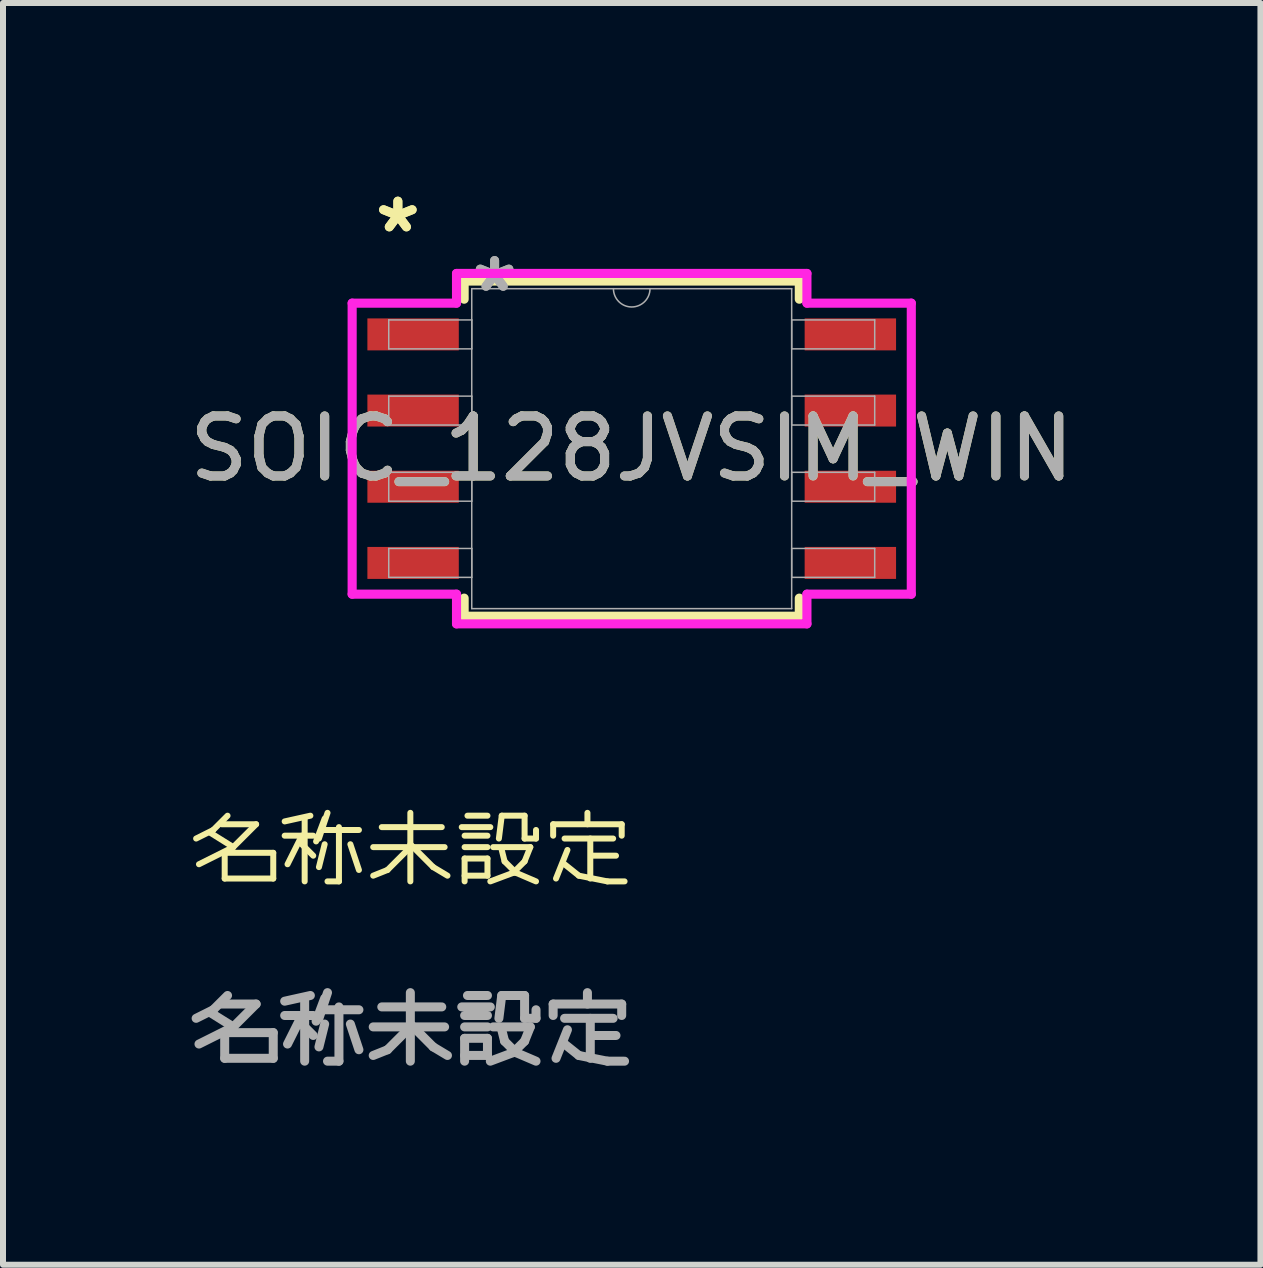
<source format=kicad_pcb>
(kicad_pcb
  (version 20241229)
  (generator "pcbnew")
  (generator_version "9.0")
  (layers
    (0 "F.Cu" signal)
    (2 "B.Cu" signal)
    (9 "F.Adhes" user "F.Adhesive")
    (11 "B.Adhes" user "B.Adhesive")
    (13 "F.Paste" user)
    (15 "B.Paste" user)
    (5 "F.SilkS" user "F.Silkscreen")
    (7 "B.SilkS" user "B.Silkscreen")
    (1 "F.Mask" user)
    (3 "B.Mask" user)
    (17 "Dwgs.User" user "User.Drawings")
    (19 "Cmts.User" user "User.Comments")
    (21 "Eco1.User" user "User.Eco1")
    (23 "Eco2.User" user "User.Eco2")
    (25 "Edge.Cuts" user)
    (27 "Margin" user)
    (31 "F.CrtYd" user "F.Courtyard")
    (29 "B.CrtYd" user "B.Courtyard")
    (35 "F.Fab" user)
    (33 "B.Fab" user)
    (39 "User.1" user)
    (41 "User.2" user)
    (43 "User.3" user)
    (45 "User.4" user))
  (footprint "SOIC_128JVSIM_WIN"
    (layer "F.Cu")
    (at 7.482 4.43)
    (property "Reference" "SOIC_128JVSIM_WIN" (at 0 0 0) (unlocked yes) (layer "F.SilkS") (effects (font (size 1 1) (thickness 0.15))))
    (attr smd)
    (fp_line (start -2.794 -2.794) (end -2.794 -2.492) (stroke (width 0.152) (type solid)) (layer "F.SilkS"))
    (fp_line (start -2.794 2.492) (end -2.794 2.794) (stroke (width 0.152) (type solid)) (layer "F.SilkS"))
    (fp_line (start -2.794 2.794) (end 2.794 2.794) (stroke (width 0.152) (type solid)) (layer "F.SilkS"))
    (fp_line (start 2.794 -2.794) (end -2.794 -2.794) (stroke (width 0.152) (type solid)) (layer "F.SilkS"))
    (fp_line (start 2.794 -2.492) (end 2.794 -2.794) (stroke (width 0.152) (type solid)) (layer "F.SilkS"))
    (fp_line (start 2.794 2.794) (end 2.794 2.492) (stroke (width 0.152) (type solid)) (layer "F.SilkS"))
    (fp_line (start -4.661 -2.426) (end -2.921 -2.426) (stroke (width 0.152) (type solid)) (layer "F.CrtYd"))
    (fp_line (start -4.661 2.426) (end -4.661 -2.426) (stroke (width 0.152) (type solid)) (layer "F.CrtYd"))
    (fp_line (start -4.661 2.426) (end -2.921 2.426) (stroke (width 0.152) (type solid)) (layer "F.CrtYd"))
    (fp_line (start -2.921 -2.921) (end 2.921 -2.921) (stroke (width 0.152) (type solid)) (layer "F.CrtYd"))
    (fp_line (start -2.921 -2.426) (end -2.921 -2.921) (stroke (width 0.152) (type solid)) (layer "F.CrtYd"))
    (fp_line (start -2.921 2.921) (end -2.921 2.426) (stroke (width 0.152) (type solid)) (layer "F.CrtYd"))
    (fp_line (start 2.921 -2.921) (end 2.921 -2.426) (stroke (width 0.152) (type solid)) (layer "F.CrtYd"))
    (fp_line (start 2.921 2.426) (end 2.921 2.921) (stroke (width 0.152) (type solid)) (layer "F.CrtYd"))
    (fp_line (start 2.921 2.921) (end -2.921 2.921) (stroke (width 0.152) (type solid)) (layer "F.CrtYd"))
    (fp_line (start 4.661 -2.426) (end 2.921 -2.426) (stroke (width 0.152) (type solid)) (layer "F.CrtYd"))
    (fp_line (start 4.661 -2.426) (end 4.661 2.426) (stroke (width 0.152) (type solid)) (layer "F.CrtYd"))
    (fp_line (start 4.661 2.426) (end 2.921 2.426) (stroke (width 0.152) (type solid)) (layer "F.CrtYd"))
    (fp_line (start -4.051 -2.146) (end -4.051 -1.664) (stroke (width 0.025) (type solid)) (layer "F.Fab"))
    (fp_line (start -4.051 -1.664) (end -2.667 -1.664) (stroke (width 0.025) (type solid)) (layer "F.Fab"))
    (fp_line (start -4.051 -0.876) (end -4.051 -0.394) (stroke (width 0.025) (type solid)) (layer "F.Fab"))
    (fp_line (start -4.051 -0.394) (end -2.667 -0.394) (stroke (width 0.025) (type solid)) (layer "F.Fab"))
    (fp_line (start -4.051 0.394) (end -4.051 0.876) (stroke (width 0.025) (type solid)) (layer "F.Fab"))
    (fp_line (start -4.051 0.876) (end -2.667 0.876) (stroke (width 0.025) (type solid)) (layer "F.Fab"))
    (fp_line (start -4.051 1.664) (end -4.051 2.146) (stroke (width 0.025) (type solid)) (layer "F.Fab"))
    (fp_line (start -4.051 2.146) (end -2.667 2.146) (stroke (width 0.025) (type solid)) (layer "F.Fab"))
    (fp_line (start -2.667 -2.667) (end -2.667 2.667) (stroke (width 0.025) (type solid)) (layer "F.Fab"))
    (fp_line (start -2.667 -2.146) (end -4.051 -2.146) (stroke (width 0.025) (type solid)) (layer "F.Fab"))
    (fp_line (start -2.667 -1.664) (end -2.667 -2.146) (stroke (width 0.025) (type solid)) (layer "F.Fab"))
    (fp_line (start -2.667 -0.876) (end -4.051 -0.876) (stroke (width 0.025) (type solid)) (layer "F.Fab"))
    (fp_line (start -2.667 -0.394) (end -2.667 -0.876) (stroke (width 0.025) (type solid)) (layer "F.Fab"))
    (fp_line (start -2.667 0.394) (end -4.051 0.394) (stroke (width 0.025) (type solid)) (layer "F.Fab"))
    (fp_line (start -2.667 0.876) (end -2.667 0.394) (stroke (width 0.025) (type solid)) (layer "F.Fab"))
    (fp_line (start -2.667 1.664) (end -4.051 1.664) (stroke (width 0.025) (type solid)) (layer "F.Fab"))
    (fp_line (start -2.667 2.146) (end -2.667 1.664) (stroke (width 0.025) (type solid)) (layer "F.Fab"))
    (fp_line (start -2.667 2.667) (end 2.667 2.667) (stroke (width 0.025) (type solid)) (layer "F.Fab"))
    (fp_line (start 2.667 -2.667) (end -2.667 -2.667) (stroke (width 0.025) (type solid)) (layer "F.Fab"))
    (fp_line (start 2.667 -2.146) (end 2.667 -1.664) (stroke (width 0.025) (type solid)) (layer "F.Fab"))
    (fp_line (start 2.667 -1.664) (end 4.051 -1.664) (stroke (width 0.025) (type solid)) (layer "F.Fab"))
    (fp_line (start 2.667 -0.876) (end 2.667 -0.394) (stroke (width 0.025) (type solid)) (layer "F.Fab"))
    (fp_line (start 2.667 -0.394) (end 4.051 -0.394) (stroke (width 0.025) (type solid)) (layer "F.Fab"))
    (fp_line (start 2.667 0.394) (end 2.667 0.876) (stroke (width 0.025) (type solid)) (layer "F.Fab"))
    (fp_line (start 2.667 0.876) (end 4.051 0.876) (stroke (width 0.025) (type solid)) (layer "F.Fab"))
    (fp_line (start 2.667 1.664) (end 2.667 2.146) (stroke (width 0.025) (type solid)) (layer "F.Fab"))
    (fp_line (start 2.667 2.146) (end 4.051 2.146) (stroke (width 0.025) (type solid)) (layer "F.Fab"))
    (fp_line (start 2.667 2.667) (end 2.667 -2.667) (stroke (width 0.025) (type solid)) (layer "F.Fab"))
    (fp_line (start 4.051 -2.146) (end 2.667 -2.146) (stroke (width 0.025) (type solid)) (layer "F.Fab"))
    (fp_line (start 4.051 -1.664) (end 4.051 -2.146) (stroke (width 0.025) (type solid)) (layer "F.Fab"))
    (fp_line (start 4.051 -0.876) (end 2.667 -0.876) (stroke (width 0.025) (type solid)) (layer "F.Fab"))
    (fp_line (start 4.051 -0.394) (end 4.051 -0.876) (stroke (width 0.025) (type solid)) (layer "F.Fab"))
    (fp_line (start 4.051 0.394) (end 2.667 0.394) (stroke (width 0.025) (type solid)) (layer "F.Fab"))
    (fp_line (start 4.051 0.876) (end 4.051 0.394) (stroke (width 0.025) (type solid)) (layer "F.Fab"))
    (fp_line (start 4.051 1.664) (end 2.667 1.664) (stroke (width 0.025) (type solid)) (layer "F.Fab"))
    (fp_line (start 4.051 2.146) (end 4.051 1.664) (stroke (width 0.025) (type solid)) (layer "F.Fab"))
    (fp_arc (start 0.3048 -2.667) (mid 0 -2.3622) (end -0.3048 -2.667) (stroke (width 0.0254) (type solid)) (layer "F.Fab"))
    (fp_text user "*" (at -3.899 -3.581 0) (layer "F.SilkS") (effects (font (size 1 1) (thickness 0.15))))
    (fp_text user "*" (at -3.899 -3.581 0) (unlocked yes) (layer "F.SilkS") (effects (font (size 1 1) (thickness 0.15))))
    (fp_text user "${REFERENCE}" (at 0 0 0) (unlocked yes) (layer "F.Fab") (effects (font (size 1 1) (thickness 0.15))))
    (fp_text user "*" (at -2.286 -2.591 0) (unlocked yes) (layer "F.Fab") (effects (font (size 1 1) (thickness 0.15))))
    (fp_text user "*" (at -2.286 -2.591 0) (layer "F.Fab") (effects (font (size 1 1) (thickness 0.15))))
    (pad "1" smd rect (at -3.645 -1.905) (size 1.524 0.533) (layers "F.Cu" "F.Mask" "F.Paste"))
    (pad "2" smd rect (at -3.645 -0.635) (size 1.524 0.533) (layers "F.Cu" "F.Mask" "F.Paste"))
    (pad "3" smd rect (at -3.645 0.635) (size 1.524 0.533) (layers "F.Cu" "F.Mask" "F.Paste"))
    (pad "4" smd rect (at -3.645 1.905) (size 1.524 0.533) (layers "F.Cu" "F.Mask" "F.Paste"))
    (pad "5" smd rect (at 3.645 1.905) (size 1.524 0.533) (layers "F.Cu" "F.Mask" "F.Paste"))
    (pad "6" smd rect (at 3.645 0.635) (size 1.524 0.533) (layers "F.Cu" "F.Mask" "F.Paste"))
    (pad "7" smd rect (at 3.645 -0.635) (size 1.524 0.533) (layers "F.Cu" "F.Mask" "F.Paste"))
    (pad "8" smd rect (at 3.645 -1.905) (size 1.524 0.533) (layers "F.Cu" "F.Mask" "F.Paste")))
  (footprint "名称未設定"
    (layer "F.Cu")
    (at 3.815 11.687)
    (property "Reference" "名称未設定" (at 0 -0.5 0) (unlocked yes) (layer "F.SilkS") (effects (font (size 1 1) (thickness 0.1))))
    (attr through_hole)
    (fp_text user "${REFERENCE}" (at 0 2.5 0) (unlocked yes) (layer "F.Fab") (effects (font (size 1 1) (thickness 0.15)))))
  (gr_rect
    (start -3 -3)
    (end 17.964 18.036)
    (stroke (width 0.1) (type default))
    (fill no)
    (layer "Edge.Cuts")))
</source>
